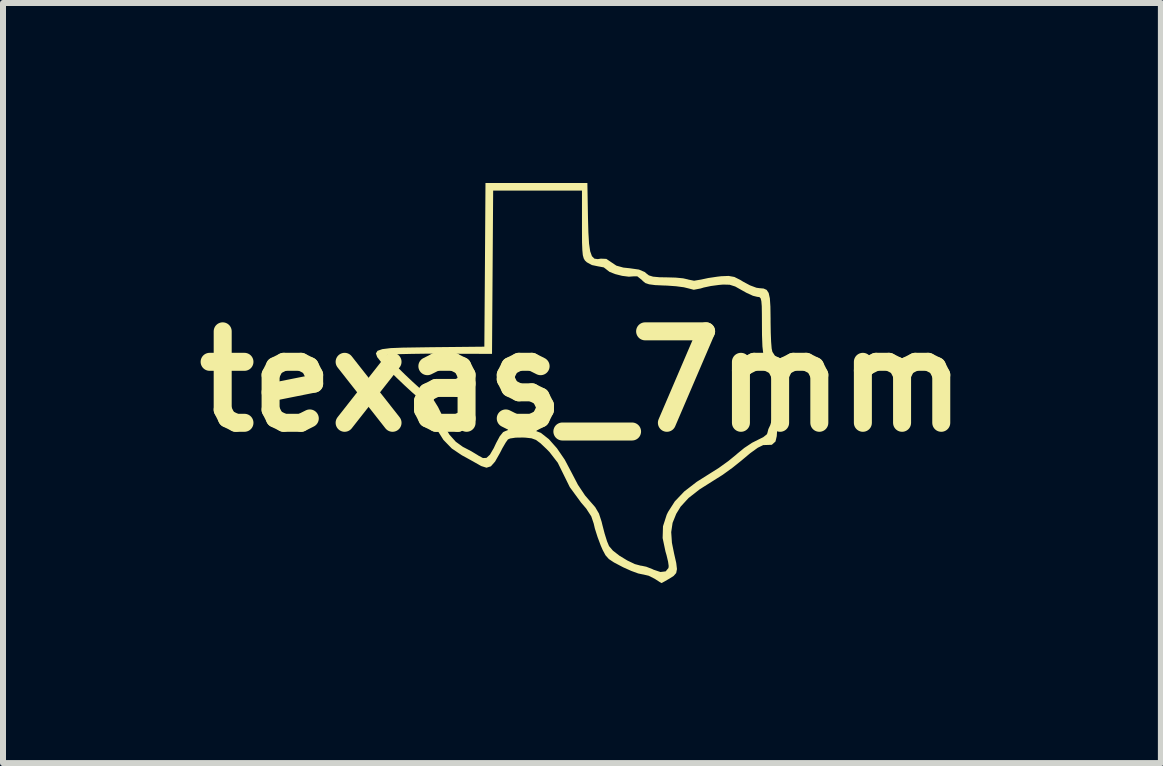
<source format=kicad_pcb>
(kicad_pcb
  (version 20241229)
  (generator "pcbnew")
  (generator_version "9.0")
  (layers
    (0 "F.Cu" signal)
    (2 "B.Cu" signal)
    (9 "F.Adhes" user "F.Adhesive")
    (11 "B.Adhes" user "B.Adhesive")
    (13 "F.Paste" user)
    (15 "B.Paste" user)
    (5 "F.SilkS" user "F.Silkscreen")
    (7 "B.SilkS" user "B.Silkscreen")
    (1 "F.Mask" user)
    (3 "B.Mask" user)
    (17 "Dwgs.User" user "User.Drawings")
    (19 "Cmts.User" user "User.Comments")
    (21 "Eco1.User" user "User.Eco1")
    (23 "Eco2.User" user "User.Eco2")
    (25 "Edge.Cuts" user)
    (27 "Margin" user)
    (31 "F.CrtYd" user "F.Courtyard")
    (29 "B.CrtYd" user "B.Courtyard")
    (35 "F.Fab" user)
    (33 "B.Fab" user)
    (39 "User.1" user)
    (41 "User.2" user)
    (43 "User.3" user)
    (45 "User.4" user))
  (footprint "texas_7mm"
    (layer "F.Cu")
    (at 6.648 3.306)
    (property "Reference" "texas_7mm" (at 0 0 0) (layer "F.SilkS") (effects (font (size 1.524 1.524) (thickness 0.3))))
    (attr board_only exclude_from_pos_files exclude_from_bom)
    (fp_poly (pts (xy 0.1 -2.73) (xy 0.107 -2.481) (xy 0.118 -2.296) (xy 0.137 -2.168) (xy 0.166 -2.087) (xy 0.207 -2.046) (xy 0.263 -2.038) (xy 0.314 -2.046) (xy 0.406 -2.042) (xy 0.49 -1.985) (xy 0.574 -1.929) (xy 0.69 -1.897) (xy 0.794 -1.886) (xy 0.949 -1.864) (xy 1.046 -1.823) (xy 1.07 -1.802) (xy 1.115 -1.767) (xy 1.184 -1.746) (xy 1.293 -1.736) (xy 1.417 -1.734) (xy 1.562 -1.73) (xy 1.686 -1.718) (xy 1.765 -1.7) (xy 1.773 -1.697) (xy 1.868 -1.678) (xy 1.983 -1.697) (xy 2.104 -1.723) (xy 2.252 -1.745) (xy 2.319 -1.753) (xy 2.444 -1.758) (xy 2.539 -1.741) (xy 2.639 -1.691) (xy 2.686 -1.662) (xy 2.8 -1.601) (xy 2.907 -1.561) (xy 2.957 -1.554) (xy 3.027 -1.548) (xy 3.078 -1.525) (xy 3.111 -1.474) (xy 3.131 -1.384) (xy 3.14 -1.245) (xy 3.143 -1.047) (xy 3.143 -0.989) (xy 3.146 -0.81) (xy 3.152 -0.659) (xy 3.161 -0.548) (xy 3.173 -0.494) (xy 3.175 -0.49) (xy 3.203 -0.448) (xy 3.242 -0.358) (xy 3.27 -0.281) (xy 3.328 -0.098) (xy 3.361 0.034) (xy 3.372 0.133) (xy 3.361 0.218) (xy 3.335 0.296) (xy 3.3 0.432) (xy 3.301 0.546) (xy 3.304 0.651) (xy 3.281 0.735) (xy 3.251 0.832) (xy 3.246 0.911) (xy 3.225 1.001) (xy 3.164 1.056) (xy 3.082 1.059) (xy 3.02 1.061) (xy 2.93 1.105) (xy 2.804 1.196) (xy 2.656 1.32) (xy 2.51 1.437) (xy 2.344 1.557) (xy 2.204 1.645) (xy 1.96 1.799) (xy 1.776 1.943) (xy 1.644 2.087) (xy 1.571 2.206) (xy 1.51 2.357) (xy 1.487 2.511) (xy 1.499 2.689) (xy 1.536 2.872) (xy 1.571 3.026) (xy 1.583 3.127) (xy 1.57 3.193) (xy 1.528 3.241) (xy 1.461 3.284) (xy 1.38 3.331) (xy 1.331 3.358) (xy 1.326 3.36) (xy 1.294 3.342) (xy 1.226 3.298) (xy 1.21 3.288) (xy 1.111 3.238) (xy 1.016 3.216) (xy 1.012 3.216) (xy 0.937 3.2) (xy 0.822 3.158) (xy 0.688 3.098) (xy 0.663 3.085) (xy 0.532 3.016) (xy 0.448 2.96) (xy 0.392 2.897) (xy 0.345 2.809) (xy 0.312 2.733) (xy 0.259 2.591) (xy 0.215 2.452) (xy 0.195 2.367) (xy 0.155 2.249) (xy 0.07 2.118) (xy -0.014 2.02) (xy -0.203 1.762) (xy -0.3 1.565) (xy -0.404 1.354) (xy -0.541 1.177) (xy -0.589 1.128) (xy -0.691 1.031) (xy -0.767 0.975) (xy -0.841 0.948) (xy -0.939 0.937) (xy -0.986 0.935) (xy -1.106 0.937) (xy -1.198 0.951) (xy -1.234 0.967) (xy -1.271 1.019) (xy -1.326 1.113) (xy -1.368 1.195) (xy -1.448 1.336) (xy -1.518 1.415) (xy -1.591 1.438) (xy -1.677 1.411) (xy -1.708 1.394) (xy -1.81 1.336) (xy -1.938 1.265) (xy -2.001 1.231) (xy -2.169 1.118) (xy -2.309 0.974) (xy -2.407 0.818) (xy -2.446 0.699) (xy -2.502 0.506) (xy -2.604 0.364) (xy -2.67 0.315) (xy -2.731 0.268) (xy -2.83 0.182) (xy -2.953 0.069) (xy -3.088 -0.06) (xy -3.1 -0.072) (xy -3.242 -0.212) (xy -3.347 -0.322) (xy -3.413 -0.406) (xy -3.424 -0.438) (xy -3.252 -0.438) (xy -3.227 -0.4) (xy -3.16 -0.326) (xy -3.065 -0.228) (xy -2.952 -0.117) (xy -2.835 -0.006) (xy -2.725 0.094) (xy -2.636 0.171) (xy -2.58 0.212) (xy -2.569 0.217) (xy -2.522 0.247) (xy -2.462 0.324) (xy -2.399 0.426) (xy -2.346 0.533) (xy -2.315 0.624) (xy -2.312 0.652) (xy -2.283 0.763) (xy -2.208 0.888) (xy -2.103 1.005) (xy -1.984 1.091) (xy -1.964 1.101) (xy -1.847 1.162) (xy -1.739 1.227) (xy -1.724 1.237) (xy -1.65 1.277) (xy -1.591 1.274) (xy -1.534 1.221) (xy -1.47 1.111) (xy -1.43 1.026) (xy -1.37 0.914) (xy -1.314 0.845) (xy -1.285 0.831) (xy -1.235 0.811) (xy -1.228 0.793) (xy -1.195 0.771) (xy -1.101 0.773) (xy -1.075 0.776) (xy -0.945 0.794) (xy -0.821 0.81) (xy -0.803 0.812) (xy -0.684 0.858) (xy -0.552 0.962) (xy -0.417 1.114) (xy -0.287 1.304) (xy -0.175 1.516) (xy -0.067 1.723) (xy 0.051 1.9) (xy 0.126 1.987) (xy 0.221 2.096) (xy 0.283 2.202) (xy 0.327 2.337) (xy 0.341 2.395) (xy 0.378 2.537) (xy 0.418 2.665) (xy 0.451 2.744) (xy 0.515 2.819) (xy 0.624 2.904) (xy 0.754 2.983) (xy 0.881 3.044) (xy 0.982 3.071) (xy 0.991 3.071) (xy 1.072 3.088) (xy 1.174 3.128) (xy 1.192 3.137) (xy 1.308 3.176) (xy 1.395 3.165) (xy 1.441 3.109) (xy 1.445 3.076) (xy 1.435 3.004) (xy 1.409 2.895) (xy 1.391 2.833) (xy 1.344 2.61) (xy 1.35 2.414) (xy 1.412 2.221) (xy 1.435 2.174) (xy 1.547 1.999) (xy 1.704 1.834) (xy 1.914 1.672) (xy 2.127 1.538) (xy 2.282 1.44) (xy 2.439 1.327) (xy 2.568 1.222) (xy 2.583 1.208) (xy 2.704 1.109) (xy 2.835 1.022) (xy 2.926 0.976) (xy 3.021 0.929) (xy 3.08 0.882) (xy 3.089 0.862) (xy 3.106 0.795) (xy 3.138 0.727) (xy 3.169 0.621) (xy 3.166 0.537) (xy 3.166 0.427) (xy 3.198 0.299) (xy 3.202 0.287) (xy 3.238 0.166) (xy 3.234 0.057) (xy 3.222 0.008) (xy 3.167 -0.172) (xy 3.113 -0.312) (xy 3.066 -0.401) (xy 3.039 -0.426) (xy 3.02 -0.469) (xy 3.007 -0.584) (xy 3 -0.77) (xy 2.999 -0.924) (xy 2.998 -1.119) (xy 2.996 -1.254) (xy 2.989 -1.338) (xy 2.977 -1.385) (xy 2.957 -1.405) (xy 2.927 -1.409) (xy 2.922 -1.409) (xy 2.849 -1.427) (xy 2.744 -1.475) (xy 2.667 -1.518) (xy 2.553 -1.582) (xy 2.461 -1.611) (xy 2.353 -1.614) (xy 2.284 -1.608) (xy 2.149 -1.59) (xy 2.03 -1.565) (xy 1.978 -1.549) (xy 1.863 -1.527) (xy 1.779 -1.549) (xy 1.697 -1.569) (xy 1.567 -1.586) (xy 1.414 -1.597) (xy 1.373 -1.598) (xy 1.219 -1.605) (xy 1.119 -1.618) (xy 1.056 -1.639) (xy 1.012 -1.675) (xy 0.999 -1.69) (xy 0.922 -1.751) (xy 0.861 -1.751) (xy 0.781 -1.745) (xy 0.67 -1.759) (xy 0.555 -1.788) (xy 0.46 -1.825) (xy 0.41 -1.863) (xy 0.409 -1.865) (xy 0.363 -1.9) (xy 0.278 -1.916) (xy 0.276 -1.916) (xy 0.166 -1.939) (xy 0.081 -1.985) (xy 0.05 -2.014) (xy 0.029 -2.05) (xy 0.014 -2.104) (xy 0.006 -2.188) (xy 0.001 -2.314) (xy 0.000105 -2.494) (xy 0 -2.616) (xy 0 -3.18) (xy -1.48 -3.18) (xy -1.499 -0.459) (xy -2.376 -0.462) (xy -2.619 -0.462) (xy -2.836 -0.459) (xy -3.017 -0.455) (xy -3.153 -0.45) (xy -3.234 -0.443) (xy -3.252 -0.438) (xy -3.424 -0.438) (xy -3.434 -0.467) (xy -3.407 -0.51) (xy -3.327 -0.538) (xy -3.19 -0.555) (xy -2.992 -0.563) (xy -2.729 -0.567) (xy -2.521 -0.57) (xy -1.627 -0.579) (xy -1.617 -1.943) (xy -1.608 -3.306) (xy 0.09 -3.306)) (stroke (width 0) (type solid)) (fill yes) (layer "F.SilkS")))
  (gr_rect
    (start -3 -3)
    (end 16.295 9.666)
    (stroke (width 0.1) (type default))
    (fill no)
    (layer "Edge.Cuts")))
</source>
